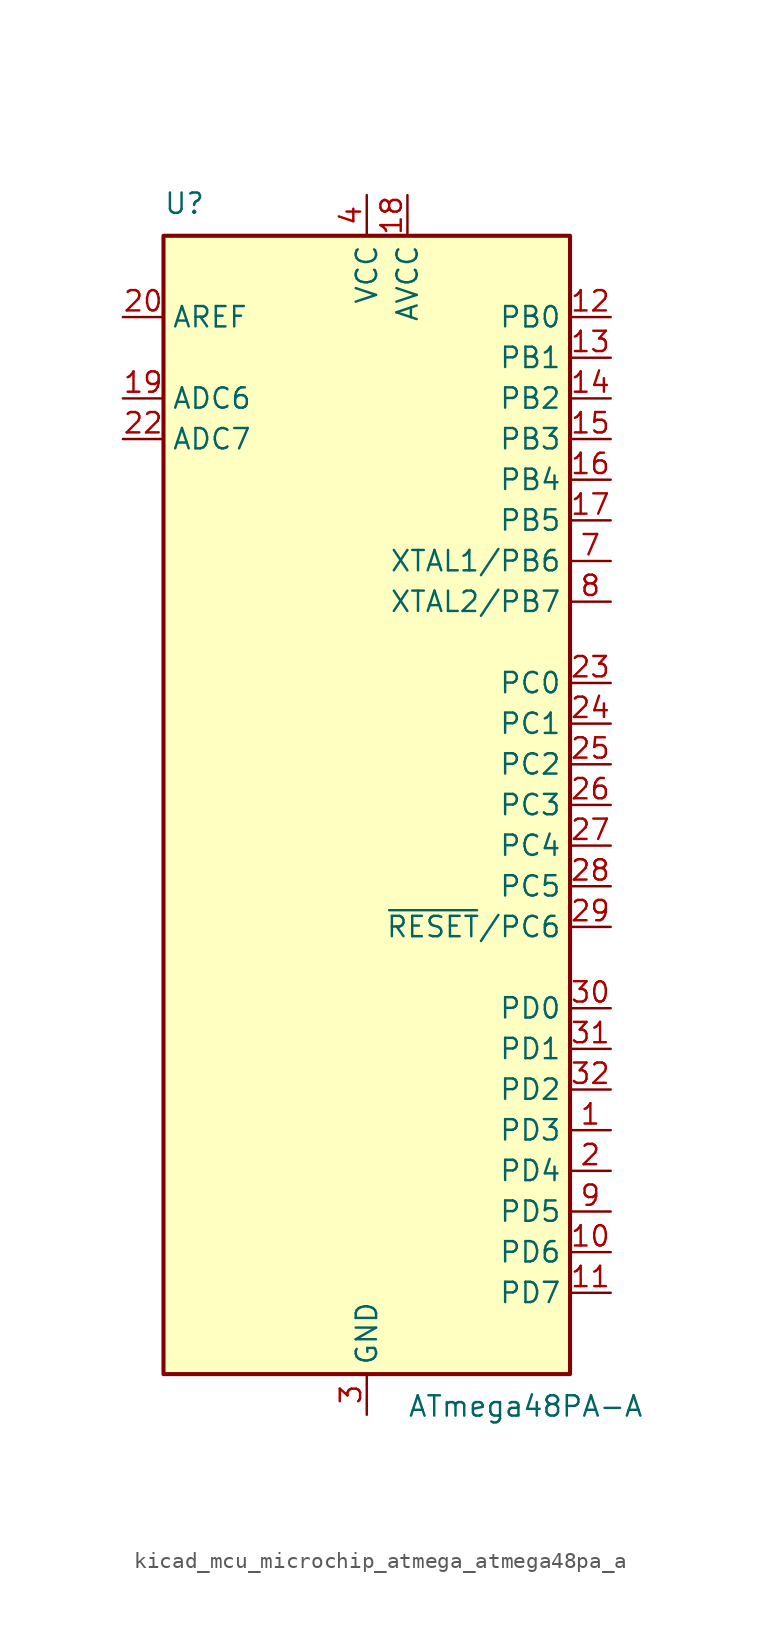
<source format=kicad_sym>
(kicad_symbol_lib
  (version 20220914)
  (generator kicad_symbol_editor)
  (symbol "kicad_mcu_microchip_atmega_atmega48pa_a"
    (property "Reference" "U"
      (at -12.7 36.83 0)
      (effects (font (size 1.27 1.27)) (justify left bottom)))
    (property "Value" "ATmega48PA-A"
      (at 2.54 -36.83 0)
      (effects (font (size 1.27 1.27)) (justify left top)))
    (symbol "kicad_mcu_microchip_atmega_atmega48pa_a_0_1"
      (rectangle (start -12.7 -35.56) (end 12.7 35.56) (stroke (width 0.254) (type default)) (fill (type background))))
    (symbol "kicad_mcu_microchip_atmega_atmega48pa_a_1_1"
      (pin bidirectional line (at 15.24 -20.32 180) (length 2.54) (name "PD3" (effects (font (size 1.27 1.27)))) (number "1" (effects (font (size 1.27 1.27)))))
      (pin bidirectional line (at 15.24 -27.94 180) (length 2.54) (name "PD6" (effects (font (size 1.27 1.27)))) (number "10" (effects (font (size 1.27 1.27)))))
      (pin bidirectional line (at 15.24 -30.48 180) (length 2.54) (name "PD7" (effects (font (size 1.27 1.27)))) (number "11" (effects (font (size 1.27 1.27)))))
      (pin bidirectional line (at 15.24 30.48 180) (length 2.54) (name "PB0" (effects (font (size 1.27 1.27)))) (number "12" (effects (font (size 1.27 1.27)))))
      (pin bidirectional line (at 15.24 27.94 180) (length 2.54) (name "PB1" (effects (font (size 1.27 1.27)))) (number "13" (effects (font (size 1.27 1.27)))))
      (pin bidirectional line (at 15.24 25.4 180) (length 2.54) (name "PB2" (effects (font (size 1.27 1.27)))) (number "14" (effects (font (size 1.27 1.27)))))
      (pin bidirectional line (at 15.24 22.86 180) (length 2.54) (name "PB3" (effects (font (size 1.27 1.27)))) (number "15" (effects (font (size 1.27 1.27)))))
      (pin bidirectional line (at 15.24 20.32 180) (length 2.54) (name "PB4" (effects (font (size 1.27 1.27)))) (number "16" (effects (font (size 1.27 1.27)))))
      (pin bidirectional line (at 15.24 17.78 180) (length 2.54) (name "PB5" (effects (font (size 1.27 1.27)))) (number "17" (effects (font (size 1.27 1.27)))))
      (pin power_in line (at 2.54 38.1 270) (length 2.54) (name "AVCC" (effects (font (size 1.27 1.27)))) (number "18" (effects (font (size 1.27 1.27)))))
      (pin input line (at -15.24 25.4 0) (length 2.54) (name "ADC6" (effects (font (size 1.27 1.27)))) (number "19" (effects (font (size 1.27 1.27)))))
      (pin bidirectional line (at 15.24 -22.86 180) (length 2.54) (name "PD4" (effects (font (size 1.27 1.27)))) (number "2" (effects (font (size 1.27 1.27)))))
      (pin passive line (at -15.24 30.48 0) (length 2.54) (name "AREF" (effects (font (size 1.27 1.27)))) (number "20" (effects (font (size 1.27 1.27)))))
      (pin passive line (at 0 -38.1 90) (length 2.54) hide (name "GND" (effects (font (size 1.27 1.27)))) (number "21" (effects (font (size 1.27 1.27)))))
      (pin input line (at -15.24 22.86 0) (length 2.54) (name "ADC7" (effects (font (size 1.27 1.27)))) (number "22" (effects (font (size 1.27 1.27)))))
      (pin bidirectional line (at 15.24 7.62 180) (length 2.54) (name "PC0" (effects (font (size 1.27 1.27)))) (number "23" (effects (font (size 1.27 1.27)))))
      (pin bidirectional line (at 15.24 5.08 180) (length 2.54) (name "PC1" (effects (font (size 1.27 1.27)))) (number "24" (effects (font (size 1.27 1.27)))))
      (pin bidirectional line (at 15.24 2.54 180) (length 2.54) (name "PC2" (effects (font (size 1.27 1.27)))) (number "25" (effects (font (size 1.27 1.27)))))
      (pin bidirectional line (at 15.24 0 180) (length 2.54) (name "PC3" (effects (font (size 1.27 1.27)))) (number "26" (effects (font (size 1.27 1.27)))))
      (pin bidirectional line (at 15.24 -2.54 180) (length 2.54) (name "PC4" (effects (font (size 1.27 1.27)))) (number "27" (effects (font (size 1.27 1.27)))))
      (pin bidirectional line (at 15.24 -5.08 180) (length 2.54) (name "PC5" (effects (font (size 1.27 1.27)))) (number "28" (effects (font (size 1.27 1.27)))))
      (pin bidirectional line (at 15.24 -7.62 180) (length 2.54) (name "~{RESET}/PC6" (effects (font (size 1.27 1.27)))) (number "29" (effects (font (size 1.27 1.27)))))
      (pin power_in line (at 0 -38.1 90) (length 2.54) (name "GND" (effects (font (size 1.27 1.27)))) (number "3" (effects (font (size 1.27 1.27)))))
      (pin bidirectional line (at 15.24 -12.7 180) (length 2.54) (name "PD0" (effects (font (size 1.27 1.27)))) (number "30" (effects (font (size 1.27 1.27)))))
      (pin bidirectional line (at 15.24 -15.24 180) (length 2.54) (name "PD1" (effects (font (size 1.27 1.27)))) (number "31" (effects (font (size 1.27 1.27)))))
      (pin bidirectional line (at 15.24 -17.78 180) (length 2.54) (name "PD2" (effects (font (size 1.27 1.27)))) (number "32" (effects (font (size 1.27 1.27)))))
      (pin power_in line (at 0 38.1 270) (length 2.54) (name "VCC" (effects (font (size 1.27 1.27)))) (number "4" (effects (font (size 1.27 1.27)))))
      (pin passive line (at 0 -38.1 90) (length 2.54) hide (name "GND" (effects (font (size 1.27 1.27)))) (number "5" (effects (font (size 1.27 1.27)))))
      (pin passive line (at 0 38.1 270) (length 2.54) hide (name "VCC" (effects (font (size 1.27 1.27)))) (number "6" (effects (font (size 1.27 1.27)))))
      (pin bidirectional line (at 15.24 15.24 180) (length 2.54) (name "XTAL1/PB6" (effects (font (size 1.27 1.27)))) (number "7" (effects (font (size 1.27 1.27)))))
      (pin bidirectional line (at 15.24 12.7 180) (length 2.54) (name "XTAL2/PB7" (effects (font (size 1.27 1.27)))) (number "8" (effects (font (size 1.27 1.27)))))
      (pin bidirectional line (at 15.24 -25.4 180) (length 2.54) (name "PD5" (effects (font (size 1.27 1.27)))) (number "9" (effects (font (size 1.27 1.27))))))))
</source>
